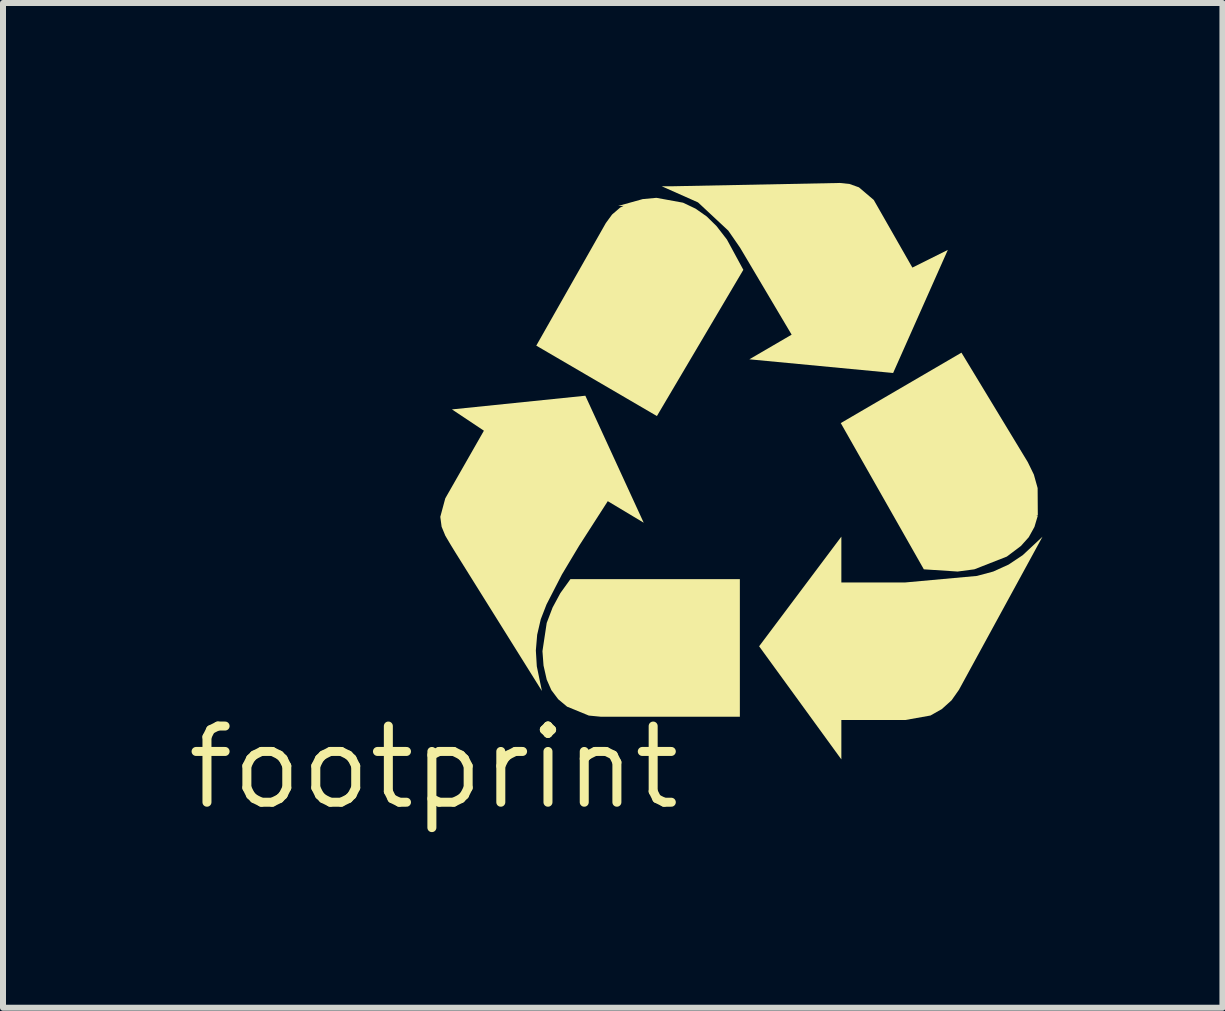
<source format=kicad_pcb>
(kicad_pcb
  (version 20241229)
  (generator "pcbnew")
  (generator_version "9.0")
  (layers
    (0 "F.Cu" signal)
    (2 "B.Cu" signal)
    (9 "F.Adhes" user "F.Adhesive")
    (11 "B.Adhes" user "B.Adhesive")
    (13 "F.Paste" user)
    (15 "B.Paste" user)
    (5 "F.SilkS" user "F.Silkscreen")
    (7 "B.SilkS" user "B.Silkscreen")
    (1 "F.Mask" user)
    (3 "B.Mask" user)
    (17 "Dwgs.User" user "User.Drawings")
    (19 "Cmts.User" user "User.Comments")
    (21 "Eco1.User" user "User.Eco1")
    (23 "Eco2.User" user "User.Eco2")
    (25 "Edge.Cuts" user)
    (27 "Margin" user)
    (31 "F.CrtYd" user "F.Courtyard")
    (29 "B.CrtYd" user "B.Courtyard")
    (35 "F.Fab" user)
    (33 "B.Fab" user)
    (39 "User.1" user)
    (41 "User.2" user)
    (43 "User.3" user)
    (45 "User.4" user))
  (footprint "footprint"
    (layer "F.Cu")
    (at 4.18 9.744)
    (property "Reference" "footprint" (at 0 0 0) (layer "F.SilkS") (effects (font (size 1.27 1.27) (thickness 0.15))))
    (fp_poly (pts (xy 6.932 -9.727) (xy 7.089 -9.671) (xy 7.336 -9.461) (xy 7.98 -8.333) (xy 8.571 -8.628) (xy 7.659 -6.576) (xy 5.262 -6.804) (xy 5.967 -7.215) (xy 5.108 -8.664) (xy 4.911 -8.949) (xy 4.406 -9.42) (xy 3.801 -9.689) (xy 3.984 -9.689) (xy 6.77 -9.744)) (stroke (width 0) (type solid)) (fill yes) (layer "F.SilkS"))
    (fp_poly (pts (xy 4.157 -9.415) (xy 4.365 -9.316) (xy 4.552 -9.185) (xy 4.715 -9.025) (xy 4.888 -8.801) (xy 5.162 -8.296) (xy 3.721 -5.858) (xy 1.71 -7.032) (xy 2.87 -9.076) (xy 2.974 -9.218) (xy 3.108 -9.333) (xy 3.163 -9.361) (xy 3.076 -9.361) (xy 3.485 -9.475) (xy 3.713 -9.496)) (stroke (width 0) (type solid)) (fill yes) (layer "F.SilkS"))
    (fp_poly (pts (xy 5.104 -0.846) (xy 2.782 -0.846) (xy 2.586 -0.865) (xy 2.233 -1.01) (xy 2.228 -1.01) (xy 2.076 -1.137) (xy 1.961 -1.29) (xy 1.884 -1.465) (xy 1.831 -1.699) (xy 1.813 -1.939) (xy 1.884 -2.409) (xy 1.982 -2.666) (xy 2.112 -2.907) (xy 2.279 -3.139) (xy 5.104 -3.139)) (stroke (width 0) (type solid)) (fill yes) (layer "F.SilkS"))
    (fp_poly (pts (xy 9.904 -5.09) (xy 10.005 -4.883) (xy 10.068 -4.658) (xy 10.071 -4.203) (xy 10.044 -4.203) (xy 10.07 -4.195) (xy 10.015 -4.01) (xy 9.92 -3.838) (xy 9.789 -3.692) (xy 9.554 -3.515) (xy 9.013 -3.303) (xy 8.735 -3.266) (xy 8.171 -3.303) (xy 6.786 -5.741) (xy 8.798 -6.915)) (stroke (width 0) (type solid)) (fill yes) (layer "F.SilkS"))
    (fp_poly (pts (xy 6.796 -3.084) (xy 7.859 -3.084) (xy 9.056 -3.193) (xy 9.328 -3.266) (xy 9.584 -3.382) (xy 9.818 -3.538) (xy 10.149 -3.847) (xy 8.761 -1.303) (xy 8.761 -1.301) (xy 8.633 -1.119) (xy 8.472 -0.974) (xy 8.282 -0.866) (xy 7.863 -0.791) (xy 6.796 -0.791) (xy 6.796 -0.134) (xy 5.425 -2.02) (xy 6.796 -3.848)) (stroke (width 0) (type solid)) (fill yes) (layer "F.SilkS"))
    (fp_poly (pts (xy 3.501 -4.08) (xy 2.902 -4.439) (xy 2.425 -3.697) (xy 2.137 -3.216) (xy 1.881 -2.718) (xy 1.785 -2.471) (xy 1.725 -2.213) (xy 1.703 -1.95) (xy 1.719 -1.686) (xy 1.804 -1.275) (xy 0.359 -3.588) (xy 0.276 -3.724) (xy 0.191 -3.868) (xy 0.191 -3.87) (xy 0.132 -4.013) (xy 0.11 -4.178) (xy 0.193 -4.486) (xy 0.837 -5.614) (xy 0.304 -5.969) (xy 2.528 -6.197)) (stroke (width 0) (type solid)) (fill yes) (layer "F.SilkS")))
  (gr_rect
    (start -3 -3)
    (end 17.329 13.75)
    (stroke (width 0.1) (type default))
    (fill no)
    (layer "Edge.Cuts")))
</source>
